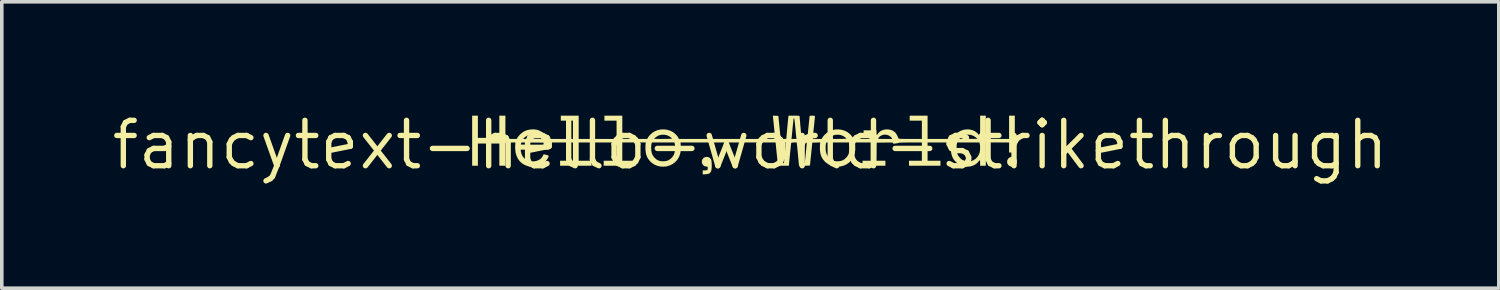
<source format=kicad_pcb>
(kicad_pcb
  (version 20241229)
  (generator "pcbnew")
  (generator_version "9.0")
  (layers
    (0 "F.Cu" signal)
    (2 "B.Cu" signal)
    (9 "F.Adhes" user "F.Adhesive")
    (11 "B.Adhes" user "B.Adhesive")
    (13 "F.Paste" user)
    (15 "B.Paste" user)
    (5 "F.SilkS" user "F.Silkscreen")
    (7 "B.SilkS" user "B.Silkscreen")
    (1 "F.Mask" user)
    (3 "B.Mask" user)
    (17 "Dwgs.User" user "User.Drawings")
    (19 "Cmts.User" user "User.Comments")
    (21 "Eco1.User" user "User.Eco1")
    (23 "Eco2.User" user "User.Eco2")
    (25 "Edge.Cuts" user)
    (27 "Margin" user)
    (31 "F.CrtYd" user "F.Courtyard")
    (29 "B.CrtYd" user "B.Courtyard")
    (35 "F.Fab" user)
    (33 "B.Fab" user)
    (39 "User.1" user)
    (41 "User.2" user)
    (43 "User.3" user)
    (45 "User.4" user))
  (footprint "fancytext-hello-world-strikethrough"
    (layer "F.Cu")
    (at 17.938 1.006)
    (property "Reference" "fancytext-hello-world-strikethrough" (at 0 0 0) (layer "F.SilkS") (effects (font (size 1.27 1.27) (thickness 0.15))))
    (attr board_only exclude_from_pos_files exclude_from_bom)
    (fp_poly (pts (xy 7.262 0.594) (xy 7.221 0.563) (xy 7.194 0.523) (xy 7.184 0.478) (xy 7.189 0.432) (xy 7.21 0.389) (xy 7.248 0.353) (xy 7.249 0.353) (xy 7.293 0.334) (xy 7.339 0.332) (xy 7.382 0.345) (xy 7.419 0.372) (xy 7.446 0.409) (xy 7.459 0.455) (xy 7.46 0.47) (xy 7.451 0.517) (xy 7.427 0.556) (xy 7.392 0.586) (xy 7.349 0.603) (xy 7.304 0.606) (xy 7.262 0.594)) (stroke (width 0) (type solid)) (fill yes) (layer "F.SilkS"))
    (fp_poly (pts (xy -1.33 0.766) (xy -1.33 0.71) (xy -1.272 0.71) (xy -1.238 0.708) (xy -1.212 0.703) (xy -1.202 0.698) (xy -1.194 0.681) (xy -1.19 0.653) (xy -1.19 0.645) (xy -1.191 0.62) (xy -1.198 0.608) (xy -1.215 0.605) (xy -1.228 0.605) (xy -1.274 0.595) (xy -1.311 0.571) (xy -1.339 0.535) (xy -1.354 0.493) (xy -1.355 0.447) (xy -1.34 0.402) (xy -1.335 0.393) (xy -1.301 0.358) (xy -1.259 0.338) (xy -1.214 0.332) (xy -1.169 0.34) (xy -1.129 0.363) (xy -1.099 0.4) (xy -1.098 0.401) (xy -1.089 0.429) (xy -1.083 0.472) (xy -1.079 0.524) (xy -1.078 0.581) (xy -1.08 0.637) (xy -1.085 0.686) (xy -1.092 0.724) (xy -1.098 0.739) (xy -1.12 0.774) (xy -1.149 0.798) (xy -1.187 0.811) (xy -1.24 0.818) (xy -1.251 0.819) (xy -1.33 0.822) (xy -1.33 0.766)) (stroke (width 0) (type solid)) (fill yes) (layer "F.SilkS"))
    (fp_poly (pts (xy 0.707 -0.818) (xy 0.785 -0.815) (xy 0.817 -0.5) (xy 0.825 -0.423) (xy 0.832 -0.352) (xy 0.838 -0.29) (xy 0.843 -0.239) (xy 0.847 -0.202) (xy 0.849 -0.181) (xy 0.85 -0.177) (xy 0.859 -0.174) (xy 0.884 -0.171) (xy 0.919 -0.17) (xy 0.93 -0.17) (xy 1.151 -0.17) (xy 1.293 -0.17) (xy 1.287 -0.212) (xy 1.285 -0.234) (xy 1.281 -0.273) (xy 1.275 -0.324) (xy 1.27 -0.386) (xy 1.263 -0.453) (xy 1.259 -0.495) (xy 1.251 -0.577) (xy 1.244 -0.641) (xy 1.238 -0.689) (xy 1.233 -0.722) (xy 1.227 -0.742) (xy 1.222 -0.75) (xy 1.216 -0.749) (xy 1.215 -0.748) (xy 1.213 -0.737) (xy 1.209 -0.709) (xy 1.204 -0.666) (xy 1.198 -0.612) (xy 1.191 -0.548) (xy 1.185 -0.489) (xy 1.178 -0.418) (xy 1.172 -0.352) (xy 1.166 -0.294) (xy 1.161 -0.248) (xy 1.158 -0.216) (xy 1.156 -0.203) (xy 1.151 -0.17) (xy 0.93 -0.17) (xy 0.97 -0.17) (xy 0.994 -0.172) (xy 1.006 -0.177) (xy 1.01 -0.185) (xy 1.01 -0.192) (xy 1.011 -0.208) (xy 1.014 -0.241) (xy 1.018 -0.288) (xy 1.023 -0.345) (xy 1.028 -0.409) (xy 1.035 -0.477) (xy 1.041 -0.545) (xy 1.047 -0.611) (xy 1.053 -0.671) (xy 1.058 -0.722) (xy 1.062 -0.761) (xy 1.065 -0.785) (xy 1.066 -0.787) (xy 1.071 -0.82) (xy 1.225 -0.82) (xy 1.284 -0.82) (xy 1.326 -0.819) (xy 1.353 -0.818) (xy 1.369 -0.815) (xy 1.377 -0.811) (xy 1.38 -0.804) (xy 1.38 -0.799) (xy 1.381 -0.782) (xy 1.384 -0.748) (xy 1.388 -0.701) (xy 1.393 -0.644) (xy 1.398 -0.579) (xy 1.405 -0.511) (xy 1.411 -0.443) (xy 1.417 -0.377) (xy 1.423 -0.317) (xy 1.428 -0.266) (xy 1.432 -0.228) (xy 1.435 -0.205) (xy 1.436 -0.202) (xy 1.441 -0.169) (xy 1.595 -0.175) (xy 1.627 -0.485) (xy 1.635 -0.562) (xy 1.642 -0.633) (xy 1.648 -0.695) (xy 1.653 -0.746) (xy 1.657 -0.783) (xy 1.659 -0.804) (xy 1.659 -0.807) (xy 1.669 -0.814) (xy 1.692 -0.819) (xy 1.723 -0.821) (xy 1.756 -0.82) (xy 1.785 -0.817) (xy 1.805 -0.812) (xy 1.81 -0.807) (xy 1.809 -0.794) (xy 1.806 -0.763) (xy 1.802 -0.719) (xy 1.796 -0.662) (xy 1.789 -0.595) (xy 1.782 -0.522) (xy 1.78 -0.505) (xy 1.772 -0.43) (xy 1.765 -0.361) (xy 1.759 -0.3) (xy 1.755 -0.25) (xy 1.751 -0.214) (xy 1.75 -0.195) (xy 1.75 -0.193) (xy 1.751 -0.184) (xy 1.755 -0.177) (xy 1.766 -0.173) (xy 1.786 -0.171) (xy 1.821 -0.17) (xy 1.871 -0.17) (xy 1.996 -0.17) (xy 1.997 -0.171) (xy 2.185 -0.171) (xy 2.438 -0.17) (xy 2.506 -0.171) (xy 2.568 -0.171) (xy 2.62 -0.173) (xy 2.659 -0.175) (xy 2.683 -0.177) (xy 2.69 -0.179) (xy 2.682 -0.191) (xy 2.66 -0.21) (xy 2.629 -0.232) (xy 2.593 -0.253) (xy 2.58 -0.26) (xy 2.533 -0.277) (xy 2.475 -0.287) (xy 2.46 -0.288) (xy 2.379 -0.284) (xy 2.308 -0.263) (xy 2.244 -0.223) (xy 2.228 -0.21) (xy 2.185 -0.171) (xy 1.997 -0.171) (xy 2.018 -0.208) (xy 2.05 -0.253) (xy 2.094 -0.3) (xy 2.145 -0.344) (xy 2.196 -0.377) (xy 2.199 -0.378) (xy 2.286 -0.415) (xy 2.379 -0.434) (xy 2.472 -0.437) (xy 2.564 -0.424) (xy 2.652 -0.395) (xy 2.731 -0.352) (xy 2.8 -0.293) (xy 2.811 -0.281) (xy 2.837 -0.25) (xy 2.858 -0.22) (xy 2.868 -0.203) (xy 2.884 -0.17) (xy 3.37 -0.17) (xy 3.37 -0.185) (xy 3.577 -0.185) (xy 3.584 -0.178) (xy 3.603 -0.173) (xy 3.636 -0.171) (xy 3.685 -0.17) (xy 3.753 -0.17) (xy 3.972 -0.17) (xy 3.952 -0.203) (xy 3.931 -0.226) (xy 3.9 -0.25) (xy 3.88 -0.263) (xy 3.818 -0.285) (xy 3.754 -0.29) (xy 3.693 -0.278) (xy 3.638 -0.249) (xy 3.617 -0.232) (xy 3.596 -0.212) (xy 3.582 -0.196) (xy 3.577 -0.185) (xy 3.37 -0.185) (xy 3.37 -0.27) (xy 3.17 -0.27) (xy 3.17 -0.41) (xy 3.53 -0.41) (xy 3.53 -0.345) (xy 3.531 -0.312) (xy 3.535 -0.288) (xy 3.54 -0.28) (xy 3.551 -0.288) (xy 3.567 -0.307) (xy 3.575 -0.321) (xy 3.616 -0.368) (xy 3.67 -0.403) (xy 3.732 -0.426) (xy 3.8 -0.437) (xy 3.869 -0.435) (xy 3.937 -0.421) (xy 3.998 -0.394) (xy 4.051 -0.353) (xy 4.061 -0.343) (xy 4.088 -0.305) (xy 4.115 -0.255) (xy 4.139 -0.201) (xy 4.143 -0.188) (xy 4.146 -0.183) (xy 4.153 -0.179) (xy 4.164 -0.176) (xy 4.184 -0.174) (xy 4.213 -0.172) (xy 4.253 -0.171) (xy 4.307 -0.17) (xy 4.377 -0.17) (xy 4.465 -0.17) (xy 4.8 -0.17) (xy 4.8 -0.68) (xy 4.46 -0.68) (xy 4.46 -0.82) (xy 4.96 -0.82) (xy 4.96 -0.17) (xy 5.846 -0.17) (xy 6.355 -0.171) (xy 6.312 -0.21) (xy 6.252 -0.251) (xy 6.185 -0.278) (xy 6.113 -0.289) (xy 6.041 -0.285) (xy 5.972 -0.266) (xy 5.91 -0.231) (xy 5.876 -0.201) (xy 5.846 -0.17) (xy 4.96 -0.17) (xy 5.308 -0.17) (xy 5.655 -0.17) (xy 5.679 -0.212) (xy 5.732 -0.286) (xy 5.798 -0.346) (xy 5.874 -0.392) (xy 5.958 -0.423) (xy 6.046 -0.437) (xy 6.136 -0.434) (xy 6.225 -0.413) (xy 6.232 -0.41) (xy 6.278 -0.388) (xy 6.324 -0.356) (xy 6.363 -0.321) (xy 6.389 -0.287) (xy 6.389 -0.286) (xy 6.403 -0.267) (xy 6.417 -0.26) (xy 6.421 -0.263) (xy 6.424 -0.275) (xy 6.426 -0.297) (xy 6.428 -0.33) (xy 6.429 -0.377) (xy 6.43 -0.441) (xy 6.43 -0.521) (xy 6.43 -0.54) (xy 6.43 -0.82) (xy 6.59 -0.82) (xy 6.59 -0.17) (xy 7.24 -0.17) (xy 7.24 -0.82) (xy 7.4 -0.82) (xy 7.4 -0.17) (xy 7.43 -0.17) (xy 7.448 -0.169) (xy 7.457 -0.162) (xy 7.46 -0.145) (xy 7.46 -0.12) (xy 7.459 -0.09) (xy 7.455 -0.076) (xy 7.445 -0.071) (xy 7.43 -0.07) (xy 7.4 -0.07) (xy 7.4 0.21) (xy 7.24 0.21) (xy 7.24 -0.07) (xy 6.59 -0.07) (xy 6.59 0.58) (xy 6.43 0.58) (xy 6.43 0.505) (xy 6.429 0.465) (xy 6.426 0.442) (xy 6.421 0.432) (xy 6.415 0.43) (xy 6.402 0.434) (xy 6.4 0.438) (xy 6.394 0.45) (xy 6.379 0.471) (xy 6.366 0.486) (xy 6.321 0.527) (xy 6.262 0.562) (xy 6.195 0.589) (xy 6.148 0.601) (xy 6.062 0.607) (xy 5.975 0.595) (xy 5.891 0.567) (xy 5.813 0.524) (xy 5.744 0.468) (xy 5.689 0.401) (xy 5.671 0.371) (xy 5.643 0.308) (xy 5.624 0.242) (xy 5.614 0.168) (xy 5.611 0.081) (xy 5.612 0.068) (xy 5.771 0.068) (xy 5.773 0.128) (xy 5.779 0.185) (xy 5.789 0.235) (xy 5.798 0.262) (xy 5.822 0.304) (xy 5.855 0.347) (xy 5.892 0.386) (xy 5.927 0.413) (xy 5.934 0.417) (xy 6.009 0.446) (xy 6.088 0.458) (xy 6.165 0.452) (xy 6.238 0.429) (xy 6.243 0.426) (xy 6.308 0.384) (xy 6.361 0.325) (xy 6.398 0.261) (xy 6.412 0.226) (xy 6.421 0.191) (xy 6.426 0.146) (xy 6.428 0.11) (xy 6.429 0.061) (xy 6.427 0.015) (xy 6.422 -0.02) (xy 6.421 -0.028) (xy 6.409 -0.07) (xy 5.791 -0.07) (xy 5.779 -0.028) (xy 5.773 0.014) (xy 5.771 0.068) (xy 5.612 0.068) (xy 5.612 0.052) (xy 5.616 -0.07) (xy 4.96 -0.07) (xy 4.96 0.44) (xy 5.32 0.44) (xy 5.32 0.58) (xy 4.44 0.58) (xy 4.44 0.44) (xy 4.8 0.44) (xy 4.8 -0.07) (xy 4.481 -0.07) (xy 4.403 -0.07) (xy 4.331 -0.069) (xy 4.269 -0.068) (xy 4.218 -0.066) (xy 4.181 -0.065) (xy 4.16 -0.063) (xy 4.156 -0.061) (xy 4.144 -0.056) (xy 4.118 -0.05) (xy 4.09 -0.046) (xy 4.055 -0.041) (xy 4.028 -0.037) (xy 4.016 -0.034) (xy 4.003 -0.038) (xy 3.997 -0.05) (xy 3.995 -0.056) (xy 3.99 -0.061) (xy 3.98 -0.065) (xy 3.963 -0.067) (xy 3.937 -0.068) (xy 3.897 -0.069) (xy 3.844 -0.069) (xy 3.772 -0.068) (xy 3.763 -0.068) (xy 3.535 -0.065) (xy 3.53 0.44) (xy 3.78 0.44) (xy 3.78 0.58) (xy 3.14 0.58) (xy 3.14 0.44) (xy 3.37 0.44) (xy 3.37 -0.07) (xy 2.93 -0.07) (xy 2.936 0.028) (xy 2.937 0.132) (xy 2.924 0.225) (xy 2.897 0.311) (xy 2.884 0.34) (xy 2.836 0.418) (xy 2.775 0.483) (xy 2.704 0.535) (xy 2.624 0.574) (xy 2.539 0.598) (xy 2.451 0.607) (xy 2.362 0.602) (xy 2.275 0.581) (xy 2.193 0.545) (xy 2.117 0.492) (xy 2.086 0.464) (xy 2.031 0.398) (xy 1.99 0.328) (xy 1.964 0.25) (xy 1.95 0.16) (xy 1.947 0.09) (xy 1.947 0.085) (xy 2.108 0.085) (xy 2.112 0.163) (xy 2.125 0.228) (xy 2.149 0.284) (xy 2.185 0.337) (xy 2.197 0.35) (xy 2.252 0.402) (xy 2.312 0.435) (xy 2.378 0.453) (xy 2.456 0.456) (xy 2.46 0.456) (xy 2.53 0.447) (xy 2.585 0.429) (xy 2.643 0.393) (xy 2.695 0.343) (xy 2.735 0.286) (xy 2.75 0.253) (xy 2.768 0.189) (xy 2.777 0.115) (xy 2.777 0.042) (xy 2.771 -0.013) (xy 2.759 -0.07) (xy 2.13 -0.07) (xy 2.119 -0.043) (xy 2.114 -0.021) (xy 2.11 0.015) (xy 2.108 0.059) (xy 2.108 0.085) (xy 1.947 0.085) (xy 1.948 0.042) (xy 1.949 -0.001) (xy 1.952 -0.033) (xy 1.954 -0.048) (xy 1.962 -0.071) (xy 1.848 -0.068) (xy 1.735 -0.065) (xy 1.703 0.245) (xy 1.695 0.322) (xy 1.688 0.393) (xy 1.682 0.455) (xy 1.677 0.506) (xy 1.673 0.543) (xy 1.671 0.564) (xy 1.671 0.568) (xy 1.665 0.573) (xy 1.648 0.576) (xy 1.617 0.578) (xy 1.57 0.58) (xy 1.517 0.58) (xy 1.363 0.58) (xy 1.336 0.292) (xy 1.329 0.217) (xy 1.322 0.146) (xy 1.316 0.083) (xy 1.31 0.03) (xy 1.306 -0.008) (xy 1.303 -0.031) (xy 1.303 -0.033) (xy 1.3 -0.052) (xy 1.45 -0.052) (xy 1.451 -0.038) (xy 1.454 -0.007) (xy 1.458 0.039) (xy 1.463 0.096) (xy 1.469 0.161) (xy 1.475 0.22) (xy 1.482 0.29) (xy 1.488 0.354) (xy 1.493 0.409) (xy 1.497 0.453) (xy 1.499 0.482) (xy 1.5 0.492) (xy 1.506 0.507) (xy 1.513 0.51) (xy 1.518 0.505) (xy 1.523 0.488) (xy 1.528 0.459) (xy 1.534 0.415) (xy 1.541 0.354) (xy 1.549 0.276) (xy 1.553 0.237) (xy 1.56 0.165) (xy 1.567 0.099) (xy 1.572 0.041) (xy 1.576 -0.005) (xy 1.579 -0.037) (xy 1.58 -0.052) (xy 1.58 -0.052) (xy 1.577 -0.062) (xy 1.566 -0.067) (xy 1.541 -0.07) (xy 1.515 -0.07) (xy 1.479 -0.069) (xy 1.46 -0.066) (xy 1.451 -0.06) (xy 1.45 -0.052) (xy 1.3 -0.052) (xy 1.297 -0.07) (xy 1.223 -0.07) (xy 1.179 -0.068) (xy 1.153 -0.064) (xy 1.145 -0.058) (xy 1.143 -0.045) (xy 1.139 -0.014) (xy 1.134 0.03) (xy 1.129 0.086) (xy 1.122 0.151) (xy 1.115 0.22) (xy 1.108 0.293) (xy 1.101 0.363) (xy 1.095 0.425) (xy 1.09 0.476) (xy 1.086 0.514) (xy 1.084 0.532) (xy 1.078 0.58) (xy 0.774 0.58) (xy 0.746 0.302) (xy 0.738 0.227) (xy 0.731 0.157) (xy 0.725 0.093) (xy 0.719 0.04) (xy 0.715 0.001) (xy 0.713 -0.022) (xy 0.713 -0.022) (xy 0.707 -0.07) (xy 0.858 -0.07) (xy 0.864 -0.022) (xy 0.867 0.002) (xy 0.871 0.042) (xy 0.876 0.095) (xy 0.883 0.156) (xy 0.889 0.222) (xy 0.89 0.235) (xy 0.898 0.317) (xy 0.905 0.38) (xy 0.91 0.428) (xy 0.914 0.463) (xy 0.918 0.487) (xy 0.922 0.501) (xy 0.925 0.508) (xy 0.93 0.51) (xy 0.93 0.51) (xy 0.94 0.508) (xy 0.941 0.507) (xy 0.943 0.493) (xy 0.946 0.463) (xy 0.95 0.42) (xy 0.955 0.366) (xy 0.961 0.306) (xy 0.967 0.241) (xy 0.972 0.176) (xy 0.978 0.113) (xy 0.983 0.054) (xy 0.987 0.005) (xy 0.99 -0.034) (xy 0.991 -0.058) (xy 0.991 -0.066) (xy 0.98 -0.068) (xy 0.954 -0.069) (xy 0.922 -0.07) (xy 0.858 -0.07) (xy 0.707 -0.07) (xy -1.95 -0.07) (xy -1.944 0.028) (xy -1.943 0.132) (xy -1.956 0.225) (xy -1.983 0.311) (xy -1.996 0.34) (xy -2.044 0.418) (xy -2.105 0.483) (xy -2.176 0.535) (xy -2.256 0.574) (xy -2.341 0.598) (xy -2.429 0.607) (xy -2.518 0.602) (xy -2.605 0.581) (xy -2.687 0.545) (xy -2.763 0.492) (xy -2.794 0.464) (xy -2.849 0.398) (xy -2.89 0.328) (xy -2.916 0.25) (xy -2.93 0.16) (xy -2.933 0.09) (xy -2.933 0.085) (xy -2.772 0.085) (xy -2.768 0.163) (xy -2.755 0.228) (xy -2.731 0.284) (xy -2.695 0.337) (xy -2.683 0.35) (xy -2.628 0.402) (xy -2.568 0.435) (xy -2.502 0.453) (xy -2.424 0.456) (xy -2.42 0.456) (xy -2.35 0.447) (xy -2.295 0.429) (xy -2.237 0.393) (xy -2.185 0.343) (xy -2.145 0.286) (xy -2.13 0.253) (xy -2.112 0.189) (xy -2.103 0.115) (xy -2.103 0.042) (xy -2.109 -0.013) (xy -2.121 -0.07) (xy -2.751 -0.07) (xy -2.761 -0.043) (xy -2.766 -0.021) (xy -2.77 0.015) (xy -2.772 0.059) (xy -2.772 0.085) (xy -2.933 0.085) (xy -2.932 0.042) (xy -2.931 -0.001) (xy -2.928 -0.033) (xy -2.926 -0.048) (xy -2.919 -0.07) (xy -3.58 -0.07) (xy -3.58 0.44) (xy -3.22 0.44) (xy -3.22 0.58) (xy -4.1 0.58) (xy -4.1 0.44) (xy -3.74 0.44) (xy -3.74 -0.07) (xy -4.8 -0.07) (xy -4.8 0.44) (xy -4.44 0.44) (xy -4.44 0.58) (xy -5.32 0.58) (xy -5.32 0.44) (xy -4.96 0.44) (xy -4.96 -0.07) (xy -5.626 -0.07) (xy -5.618 0.13) (xy -6.423 0.13) (xy -6.417 0.179) (xy -6.399 0.255) (xy -6.365 0.322) (xy -6.317 0.378) (xy -6.257 0.421) (xy -6.196 0.445) (xy -6.118 0.458) (xy -6.042 0.457) (xy -5.971 0.442) (xy -5.907 0.415) (xy -5.854 0.376) (xy -5.814 0.327) (xy -5.798 0.292) (xy -5.791 0.275) (xy -5.784 0.265) (xy -5.771 0.262) (xy -5.749 0.265) (xy -5.713 0.274) (xy -5.705 0.276) (xy -5.666 0.288) (xy -5.644 0.3) (xy -5.64 0.307) (xy -5.647 0.337) (xy -5.667 0.376) (xy -5.696 0.419) (xy -5.732 0.463) (xy -5.77 0.502) (xy -5.808 0.534) (xy -5.824 0.544) (xy -5.889 0.573) (xy -5.967 0.594) (xy -6.05 0.605) (xy -6.133 0.606) (xy -6.207 0.596) (xy -6.298 0.565) (xy -6.378 0.519) (xy -6.445 0.459) (xy -6.5 0.385) (xy -6.54 0.299) (xy -6.567 0.202) (xy -6.577 0.095) (xy -6.577 0.033) (xy -6.574 -0.014) (xy -6.42 -0.014) (xy -6.41 -0.013) (xy -6.383 -0.012) (xy -6.341 -0.011) (xy -6.285 -0.011) (xy -6.219 -0.01) (xy -6.145 -0.01) (xy -6.099 -0.01) (xy -5.779 -0.01) (xy -5.782 -0.037) (xy -5.785 -0.065) (xy -6.093 -0.068) (xy -6.4 -0.07) (xy -6.41 -0.044) (xy -6.417 -0.024) (xy -6.42 -0.014) (xy -6.574 -0.014) (xy -6.571 -0.07) (xy -6.85 -0.07) (xy -6.85 0.58) (xy -7.02 0.58) (xy -7.02 -0.04) (xy -7.62 -0.04) (xy -7.62 0.58) (xy -7.78 0.58) (xy -7.78 -0.82) (xy -7.62 -0.82) (xy -7.62 -0.2) (xy -7.02 -0.2) (xy -7.02 -0.82) (xy -6.85 -0.82) (xy -6.85 -0.17) (xy -6.354 -0.17) (xy -5.835 -0.171) (xy -5.876 -0.209) (xy -5.909 -0.234) (xy -5.95 -0.258) (xy -5.976 -0.27) (xy -6.045 -0.286) (xy -6.118 -0.288) (xy -6.19 -0.276) (xy -6.256 -0.25) (xy -6.312 -0.213) (xy -6.325 -0.2) (xy -6.354 -0.17) (xy -6.85 -0.17) (xy -6.532 -0.17) (xy -6.507 -0.213) (xy -6.475 -0.257) (xy -6.431 -0.303) (xy -6.381 -0.345) (xy -6.332 -0.378) (xy -6.322 -0.384) (xy -6.24 -0.416) (xy -6.151 -0.434) (xy -6.06 -0.438) (xy -5.973 -0.427) (xy -5.918 -0.41) (xy -5.839 -0.371) (xy -5.767 -0.316) (xy -5.708 -0.249) (xy -5.699 -0.236) (xy -5.656 -0.17) (xy -4.96 -0.17) (xy -4.96 -0.68) (xy -5.3 -0.68) (xy -5.3 -0.82) (xy -4.8 -0.82) (xy -4.8 -0.17) (xy -3.74 -0.17) (xy -3.74 -0.68) (xy -4.08 -0.68) (xy -4.08 -0.82) (xy -3.58 -0.82) (xy -3.58 -0.17) (xy -2.884 -0.17) (xy -2.883 -0.171) (xy -2.695 -0.171) (xy -2.442 -0.17) (xy -2.374 -0.171) (xy -2.312 -0.171) (xy -2.26 -0.173) (xy -2.221 -0.175) (xy -2.197 -0.177) (xy -2.19 -0.179) (xy -2.198 -0.191) (xy -2.22 -0.21) (xy -2.251 -0.232) (xy -2.287 -0.253) (xy -2.3 -0.26) (xy -2.347 -0.277) (xy -2.405 -0.287) (xy -2.42 -0.288) (xy -2.501 -0.284) (xy -2.572 -0.263) (xy -2.636 -0.223) (xy -2.652 -0.21) (xy -2.695 -0.171) (xy -2.883 -0.171) (xy -2.862 -0.208) (xy -2.83 -0.253) (xy -2.786 -0.3) (xy -2.735 -0.344) (xy -2.684 -0.377) (xy -2.681 -0.378) (xy -2.594 -0.415) (xy -2.501 -0.434) (xy -2.408 -0.437) (xy -2.316 -0.424) (xy -2.228 -0.395) (xy -2.149 -0.352) (xy -2.08 -0.293) (xy -2.069 -0.281) (xy -2.043 -0.25) (xy -2.022 -0.22) (xy -2.012 -0.203) (xy -1.996 -0.17) (xy 0.7 -0.17) (xy 0.695 -0.207) (xy 0.693 -0.228) (xy 0.688 -0.265) (xy 0.683 -0.315) (xy 0.677 -0.376) (xy 0.67 -0.443) (xy 0.665 -0.495) (xy 0.658 -0.566) (xy 0.651 -0.632) (xy 0.645 -0.69) (xy 0.64 -0.737) (xy 0.637 -0.77) (xy 0.635 -0.783) (xy 0.63 -0.821)) (stroke (width 0) (type solid)) (fill yes) (layer "F.SilkS")))
  (gr_rect
    (start -3 -3)
    (end 38.877 5.012)
    (stroke (width 0.1) (type default))
    (fill no)
    (layer "Edge.Cuts")))
</source>
